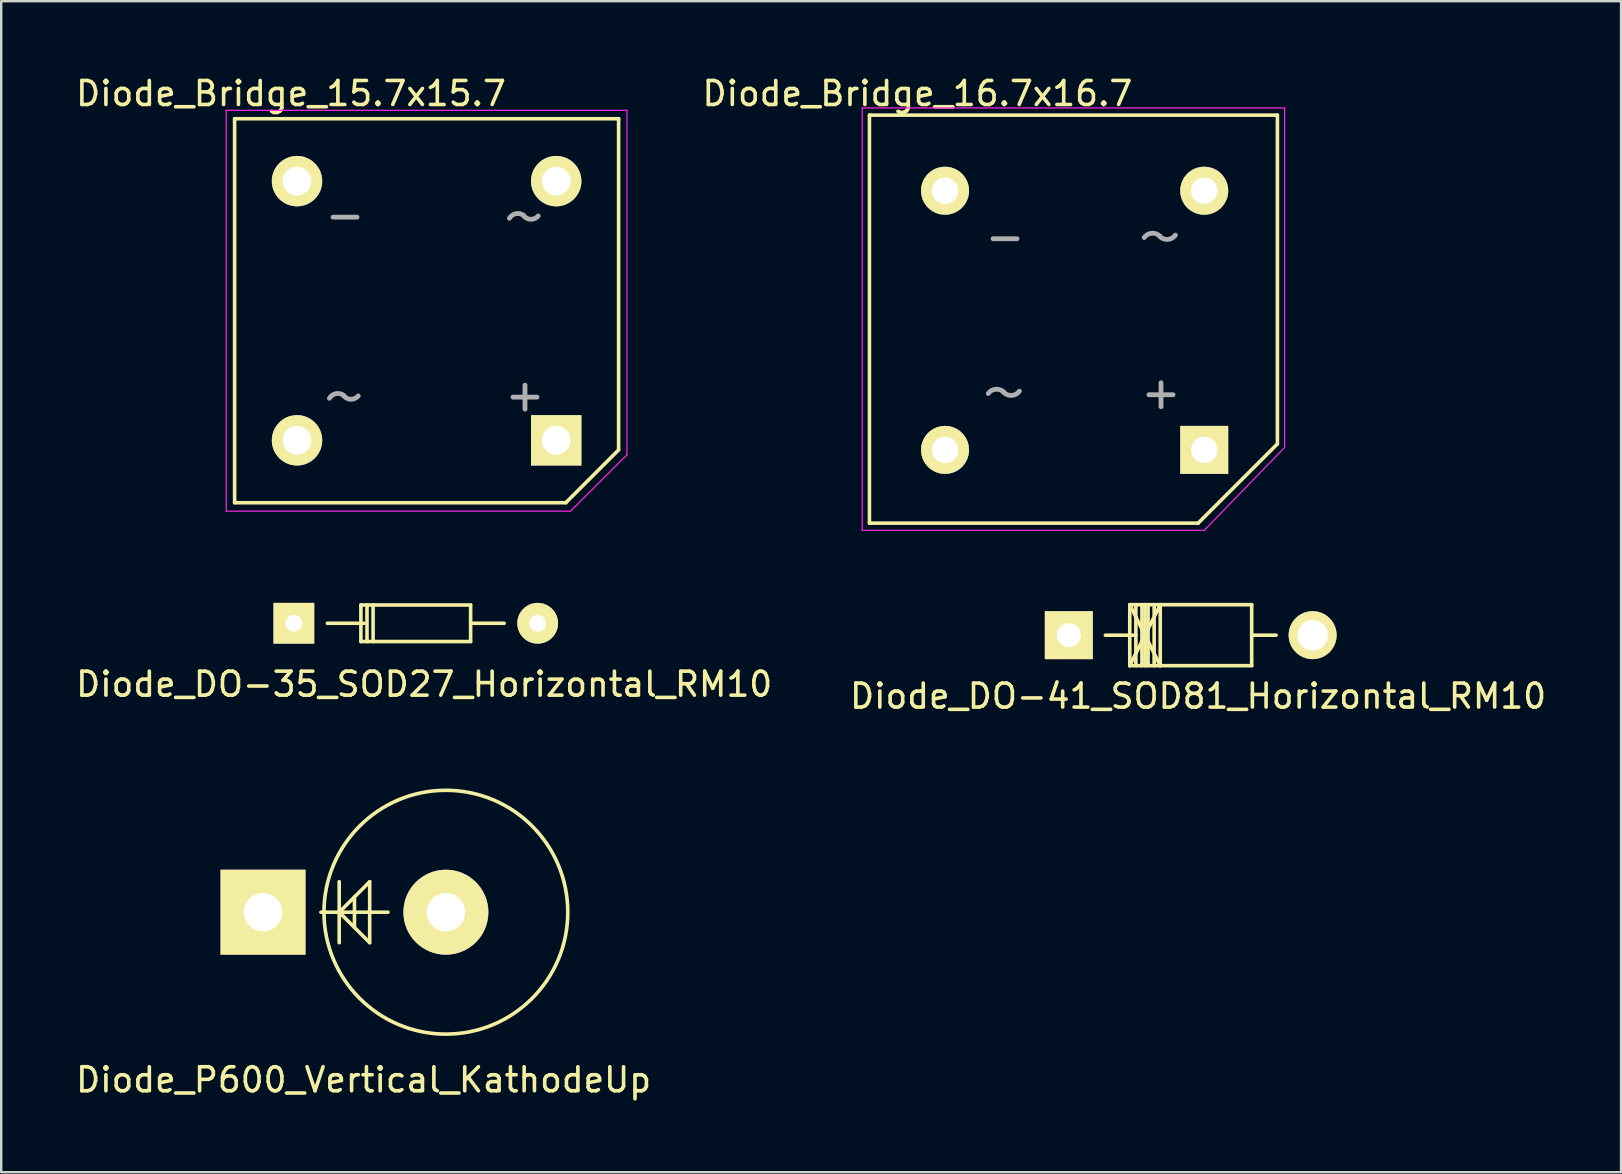
<source format=kicad_pcb>
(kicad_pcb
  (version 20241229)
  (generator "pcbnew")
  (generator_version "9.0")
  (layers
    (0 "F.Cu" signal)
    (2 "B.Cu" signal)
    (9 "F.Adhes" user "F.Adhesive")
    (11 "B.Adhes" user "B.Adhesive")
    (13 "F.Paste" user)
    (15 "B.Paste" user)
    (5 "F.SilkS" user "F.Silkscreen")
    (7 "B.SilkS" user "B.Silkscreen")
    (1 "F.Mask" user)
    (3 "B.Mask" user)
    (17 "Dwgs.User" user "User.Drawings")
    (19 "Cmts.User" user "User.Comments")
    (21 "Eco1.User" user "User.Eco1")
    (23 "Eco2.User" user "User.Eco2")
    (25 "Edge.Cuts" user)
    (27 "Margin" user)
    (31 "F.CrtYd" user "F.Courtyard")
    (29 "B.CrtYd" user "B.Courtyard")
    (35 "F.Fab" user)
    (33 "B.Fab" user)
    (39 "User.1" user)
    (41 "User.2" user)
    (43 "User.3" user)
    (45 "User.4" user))
  (footprint "Diode_Bridge_15.7x15.7"
    (layer "F.Cu")
    (at 9.327 4.498)
    (property "Reference" "Diode_Bridge_15.7x15.7" (at -0.25 -3.65 0) (layer "F.SilkS") (effects (font (size 1 1) (thickness 0.15))))
    (attr through_hole)
    (fp_line (start -2.6 -2.6) (end 13.4 -2.6) (stroke (width 0.15) (type solid)) (layer "F.SilkS"))
    (fp_line (start -2.6 13.4) (end -2.6 -2.6) (stroke (width 0.15) (type solid)) (layer "F.SilkS"))
    (fp_line (start 11.2 13.4) (end -2.6 13.4) (stroke (width 0.15) (type solid)) (layer "F.SilkS"))
    (fp_line (start 13.4 -2.6) (end 13.4 11.2) (stroke (width 0.15) (type solid)) (layer "F.SilkS"))
    (fp_line (start 13.4 11.2) (end 11.2 13.4) (stroke (width 0.15) (type solid)) (layer "F.SilkS"))
    (fp_line (start -2.95 -2.95) (end 13.75 -2.95) (stroke (width 0.05) (type solid)) (layer "F.CrtYd"))
    (fp_line (start -2.95 13.75) (end -2.95 -2.95) (stroke (width 0.05) (type solid)) (layer "F.CrtYd"))
    (fp_line (start 11.4 13.75) (end -2.95 13.75) (stroke (width 0.05) (type solid)) (layer "F.CrtYd"))
    (fp_line (start 13.75 -2.95) (end 13.75 11.4) (stroke (width 0.05) (type solid)) (layer "F.CrtYd"))
    (fp_line (start 13.75 11.4) (end 11.4 13.75) (stroke (width 0.05) (type solid)) (layer "F.CrtYd"))
    (fp_line (start 2.5 1.5) (end 1.5 1.5) (stroke (width 0.2) (type solid)) (layer "F.Fab"))
    (fp_line (start 9 9) (end 10 9) (stroke (width 0.2) (type solid)) (layer "F.Fab"))
    (fp_line (start 9.5 8.5) (end 9.5 9.5) (stroke (width 0.2) (type solid)) (layer "F.Fab"))
    (fp_arc (start 1.35 9.05) (mid 1.628233 8.853327) (end 1.957738 8.940047) (stroke (width 0.2) (type solid)) (layer "F.Fab"))
    (fp_arc (start 2.55 8.95) (mid 2.251325 9.09051) (end 1.951704 8.95203) (stroke (width 0.2) (type solid)) (layer "F.Fab"))
    (fp_arc (start 8.85 1.55) (mid 9.128233 1.353327) (end 9.457738 1.440047) (stroke (width 0.2) (type solid)) (layer "F.Fab"))
    (fp_arc (start 10.05 1.45) (mid 9.751325 1.59051) (end 9.451704 1.45203) (stroke (width 0.2) (type solid)) (layer "F.Fab"))
    (pad "1" thru_hole circle (at 0 0) (size 2.1 2.1) (drill 1.2) (layers "*.Cu" "*.Mask" "F.SilkS"))
    (pad "2" thru_hole circle (at 0 10.8) (size 2.1 2.1) (drill 1.2) (layers "*.Cu" "*.Mask" "F.SilkS"))
    (pad "3" thru_hole rect (at 10.8 10.8) (size 2.1 2.1) (drill 1.2) (layers "*.Cu" "*.Mask" "F.SilkS"))
    (pad "4" thru_hole circle (at 10.8 0) (size 2.1 2.1) (drill 1.2) (layers "*.Cu" "*.Mask" "F.SilkS")))
  (footprint "Diode_Bridge_16.7x16.7"
    (layer "F.Cu")
    (at 36.33 4.898)
    (property "Reference" "Diode_Bridge_16.7x16.7" (at -1.15 -4.05 0) (layer "F.SilkS") (effects (font (size 1 1) (thickness 0.15))))
    (attr through_hole)
    (fp_line (start -3.15 -3.15) (end 13.85 -3.15) (stroke (width 0.15) (type solid)) (layer "F.SilkS"))
    (fp_line (start -3.15 13.85) (end -3.15 -3.15) (stroke (width 0.15) (type solid)) (layer "F.SilkS"))
    (fp_line (start 10.55 13.85) (end -3.15 13.85) (stroke (width 0.15) (type solid)) (layer "F.SilkS"))
    (fp_line (start 13.85 -3.15) (end 13.85 10.55) (stroke (width 0.15) (type solid)) (layer "F.SilkS"))
    (fp_line (start 13.85 10.55) (end 10.55 13.85) (stroke (width 0.15) (type solid)) (layer "F.SilkS"))
    (fp_line (start -3.45 -3.45) (end 14.15 -3.45) (stroke (width 0.05) (type solid)) (layer "F.CrtYd"))
    (fp_line (start -3.45 14.15) (end -3.45 -3.45) (stroke (width 0.05) (type solid)) (layer "F.CrtYd"))
    (fp_line (start 10.8 14.15) (end -3.45 14.15) (stroke (width 0.05) (type solid)) (layer "F.CrtYd"))
    (fp_line (start 14.15 -3.45) (end 14.15 10.7) (stroke (width 0.05) (type solid)) (layer "F.CrtYd"))
    (fp_line (start 14.15 10.7) (end 10.8 14.15) (stroke (width 0.05) (type solid)) (layer "F.CrtYd"))
    (fp_line (start 2 2) (end 3 2) (stroke (width 0.2) (type solid)) (layer "F.Fab"))
    (fp_line (start 8.5 8.5) (end 9.5 8.5) (stroke (width 0.2) (type solid)) (layer "F.Fab"))
    (fp_line (start 9 8) (end 9 9) (stroke (width 0.2) (type solid)) (layer "F.Fab"))
    (fp_arc (start 1.8 8.45) (mid 2.116535 8.271188) (end 2.456979 8.398729) (stroke (width 0.2) (type solid)) (layer "F.Fab"))
    (fp_arc (start 3.1 8.35) (mid 2.783465 8.528812) (end 2.443021 8.401271) (stroke (width 0.2) (type solid)) (layer "F.Fab"))
    (fp_arc (start 8.3 1.95) (mid 8.616535 1.771188) (end 8.956979 1.898729) (stroke (width 0.2) (type solid)) (layer "F.Fab"))
    (fp_arc (start 9.6 1.85) (mid 9.283465 2.028812) (end 8.943021 1.901271) (stroke (width 0.2) (type solid)) (layer "F.Fab"))
    (pad "1" thru_hole circle (at 0 0) (size 2 2) (drill 1.1) (layers "*.Cu" "*.Mask" "F.SilkS"))
    (pad "2" thru_hole circle (at 0 10.8) (size 2 2) (drill 1.1) (layers "*.Cu" "*.Mask" "F.SilkS"))
    (pad "3" thru_hole rect (at 10.8 10.8) (size 2 2) (drill 1.1) (layers "*.Cu" "*.Mask" "F.SilkS"))
    (pad "4" thru_hole circle (at 10.8 0) (size 2 2) (drill 1.1) (layers "*.Cu" "*.Mask" "F.SilkS")))
  (footprint "Diode_DO-41_SOD81_Horizontal_RM10"
    (layer "F.Cu")
    (at 41.488 23.421)
    (property "Reference" "Diode_DO-41_SOD81_Horizontal_RM10" (at 5.387 2.537 0) (layer "F.SilkS") (effects (font (size 1 1) (thickness 0.15))))
    (attr through_hole)
    (fp_line (start 2.54 -1.273) (end 3.81 1.267) (stroke (width 0.15) (type solid)) (layer "F.SilkS"))
    (fp_line (start 2.54 -1.273) (end 7.62 -1.273) (stroke (width 0.15) (type solid)) (layer "F.SilkS"))
    (fp_line (start 2.54 1.267) (end 2.54 -1.273) (stroke (width 0.15) (type solid)) (layer "F.SilkS"))
    (fp_line (start 2.794 -1.273) (end 2.794 1.267) (stroke (width 0.15) (type solid)) (layer "F.SilkS"))
    (fp_line (start 2.794 -0.003) (end 1.524 -0.003) (stroke (width 0.15) (type solid)) (layer "F.SilkS"))
    (fp_line (start 3.048 -1.273) (end 3.048 1.267) (stroke (width 0.15) (type solid)) (layer "F.SilkS"))
    (fp_line (start 3.175 -1.273) (end 3.175 1.267) (stroke (width 0.15) (type solid)) (layer "F.SilkS"))
    (fp_line (start 3.302 -1.273) (end 3.302 1.267) (stroke (width 0.15) (type solid)) (layer "F.SilkS"))
    (fp_line (start 3.556 -1.273) (end 3.556 1.267) (stroke (width 0.15) (type solid)) (layer "F.SilkS"))
    (fp_line (start 3.81 -1.273) (end 2.54 1.267) (stroke (width 0.15) (type solid)) (layer "F.SilkS"))
    (fp_line (start 3.81 -1.273) (end 3.81 1.267) (stroke (width 0.15) (type solid)) (layer "F.SilkS"))
    (fp_line (start 7.62 -1.273) (end 7.62 1.267) (stroke (width 0.15) (type solid)) (layer "F.SilkS"))
    (fp_line (start 7.62 -0.003) (end 8.636 -0.003) (stroke (width 0.15) (type solid)) (layer "F.SilkS"))
    (fp_line (start 7.62 1.267) (end 2.54 1.267) (stroke (width 0.15) (type solid)) (layer "F.SilkS"))
    (pad "1" thru_hole rect (at 0 -0.003 180) (size 1.999 1.999) (drill 1.001) (layers "*.Cu" "*.Mask" "F.SilkS"))
    (pad "2" thru_hole circle (at 10.16 -0.003 180) (size 1.999 1.999) (drill 1.27) (layers "*.Cu" "*.Mask" "F.SilkS")))
  (footprint "Diode_P600_Vertical_KathodeUp"
    (layer "F.Cu")
    (at 7.91 34.962)
    (property "Reference" "Diode_P600_Vertical_KathodeUp" (at 4.191 6.985 0) (layer "F.SilkS") (effects (font (size 1 1) (thickness 0.15))))
    (attr through_hole)
    (fp_line (start 3.175 -1.27) (end 3.175 1.27) (stroke (width 0.15) (type solid)) (layer "F.SilkS"))
    (fp_line (start 3.175 0) (end 2.413 0) (stroke (width 0.15) (type solid)) (layer "F.SilkS"))
    (fp_line (start 3.175 0) (end 4.445 -1.27) (stroke (width 0.15) (type solid)) (layer "F.SilkS"))
    (fp_line (start 3.175 0) (end 4.445 0) (stroke (width 0.15) (type solid)) (layer "F.SilkS"))
    (fp_line (start 3.81 -0.635) (end 3.81 0.635) (stroke (width 0.15) (type solid)) (layer "F.SilkS"))
    (fp_line (start 4.445 -1.27) (end 4.445 1.27) (stroke (width 0.15) (type solid)) (layer "F.SilkS"))
    (fp_line (start 4.445 0) (end 5.207 0) (stroke (width 0.15) (type solid)) (layer "F.SilkS"))
    (fp_line (start 4.445 1.27) (end 3.175 0) (stroke (width 0.15) (type solid)) (layer "F.SilkS"))
    (fp_circle (center 7.62 0) (end 2.54 0) (stroke (width 0.15) (type solid)) (fill no) (layer "F.SilkS"))
    (pad "1" thru_hole rect (at 0 0 180) (size 3.541 3.541) (drill 1.6) (layers "*.Cu" "*.Mask" "F.SilkS"))
    (pad "2" thru_hole circle (at 7.62 0 180) (size 3.541 3.541) (drill 1.6) (layers "*.Cu" "*.Mask" "F.SilkS")))
  (footprint "Diode_DO-35_SOD27_Horizontal_RM10"
    (layer "F.Cu")
    (at 9.194 22.925)
    (property "Reference" "Diode_DO-35_SOD27_Horizontal_RM10" (at 5.431 2.537 0) (layer "F.SilkS") (effects (font (size 1 1) (thickness 0.15))))
    (attr through_hole)
    (fp_line (start 2.795 -0.765) (end 2.795 -0.003) (stroke (width 0.15) (type solid)) (layer "F.SilkS"))
    (fp_line (start 2.795 -0.003) (end 2.795 0.759) (stroke (width 0.15) (type solid)) (layer "F.SilkS"))
    (fp_line (start 2.795 0.759) (end 7.367 0.759) (stroke (width 0.15) (type solid)) (layer "F.SilkS"))
    (fp_line (start 2.922 -0.003) (end 1.398 -0.003) (stroke (width 0.15) (type solid)) (layer "F.SilkS"))
    (fp_line (start 3.049 -0.765) (end 3.049 0.759) (stroke (width 0.15) (type solid)) (layer "F.SilkS"))
    (fp_line (start 3.303 -0.765) (end 3.303 0.759) (stroke (width 0.15) (type solid)) (layer "F.SilkS"))
    (fp_line (start 7.367 -0.765) (end 2.795 -0.765) (stroke (width 0.15) (type solid)) (layer "F.SilkS"))
    (fp_line (start 7.367 -0.003) (end 8.764 -0.003) (stroke (width 0.15) (type solid)) (layer "F.SilkS"))
    (fp_line (start 7.367 0.759) (end 7.367 -0.765) (stroke (width 0.15) (type solid)) (layer "F.SilkS"))
    (pad "1" thru_hole rect (at 0.001 -0.003 180) (size 1.699 1.699) (drill 0.701) (layers "*.Cu" "*.Mask" "F.SilkS"))
    (pad "2" thru_hole circle (at 10.161 -0.003 180) (size 1.699 1.699) (drill 0.701) (layers "*.Cu" "*.Mask" "F.SilkS")))
  (gr_rect
    (start -3 -3)
    (end 64.5 45.795)
    (stroke (width 0.1) (type default))
    (fill no)
    (layer "Edge.Cuts")))
</source>
